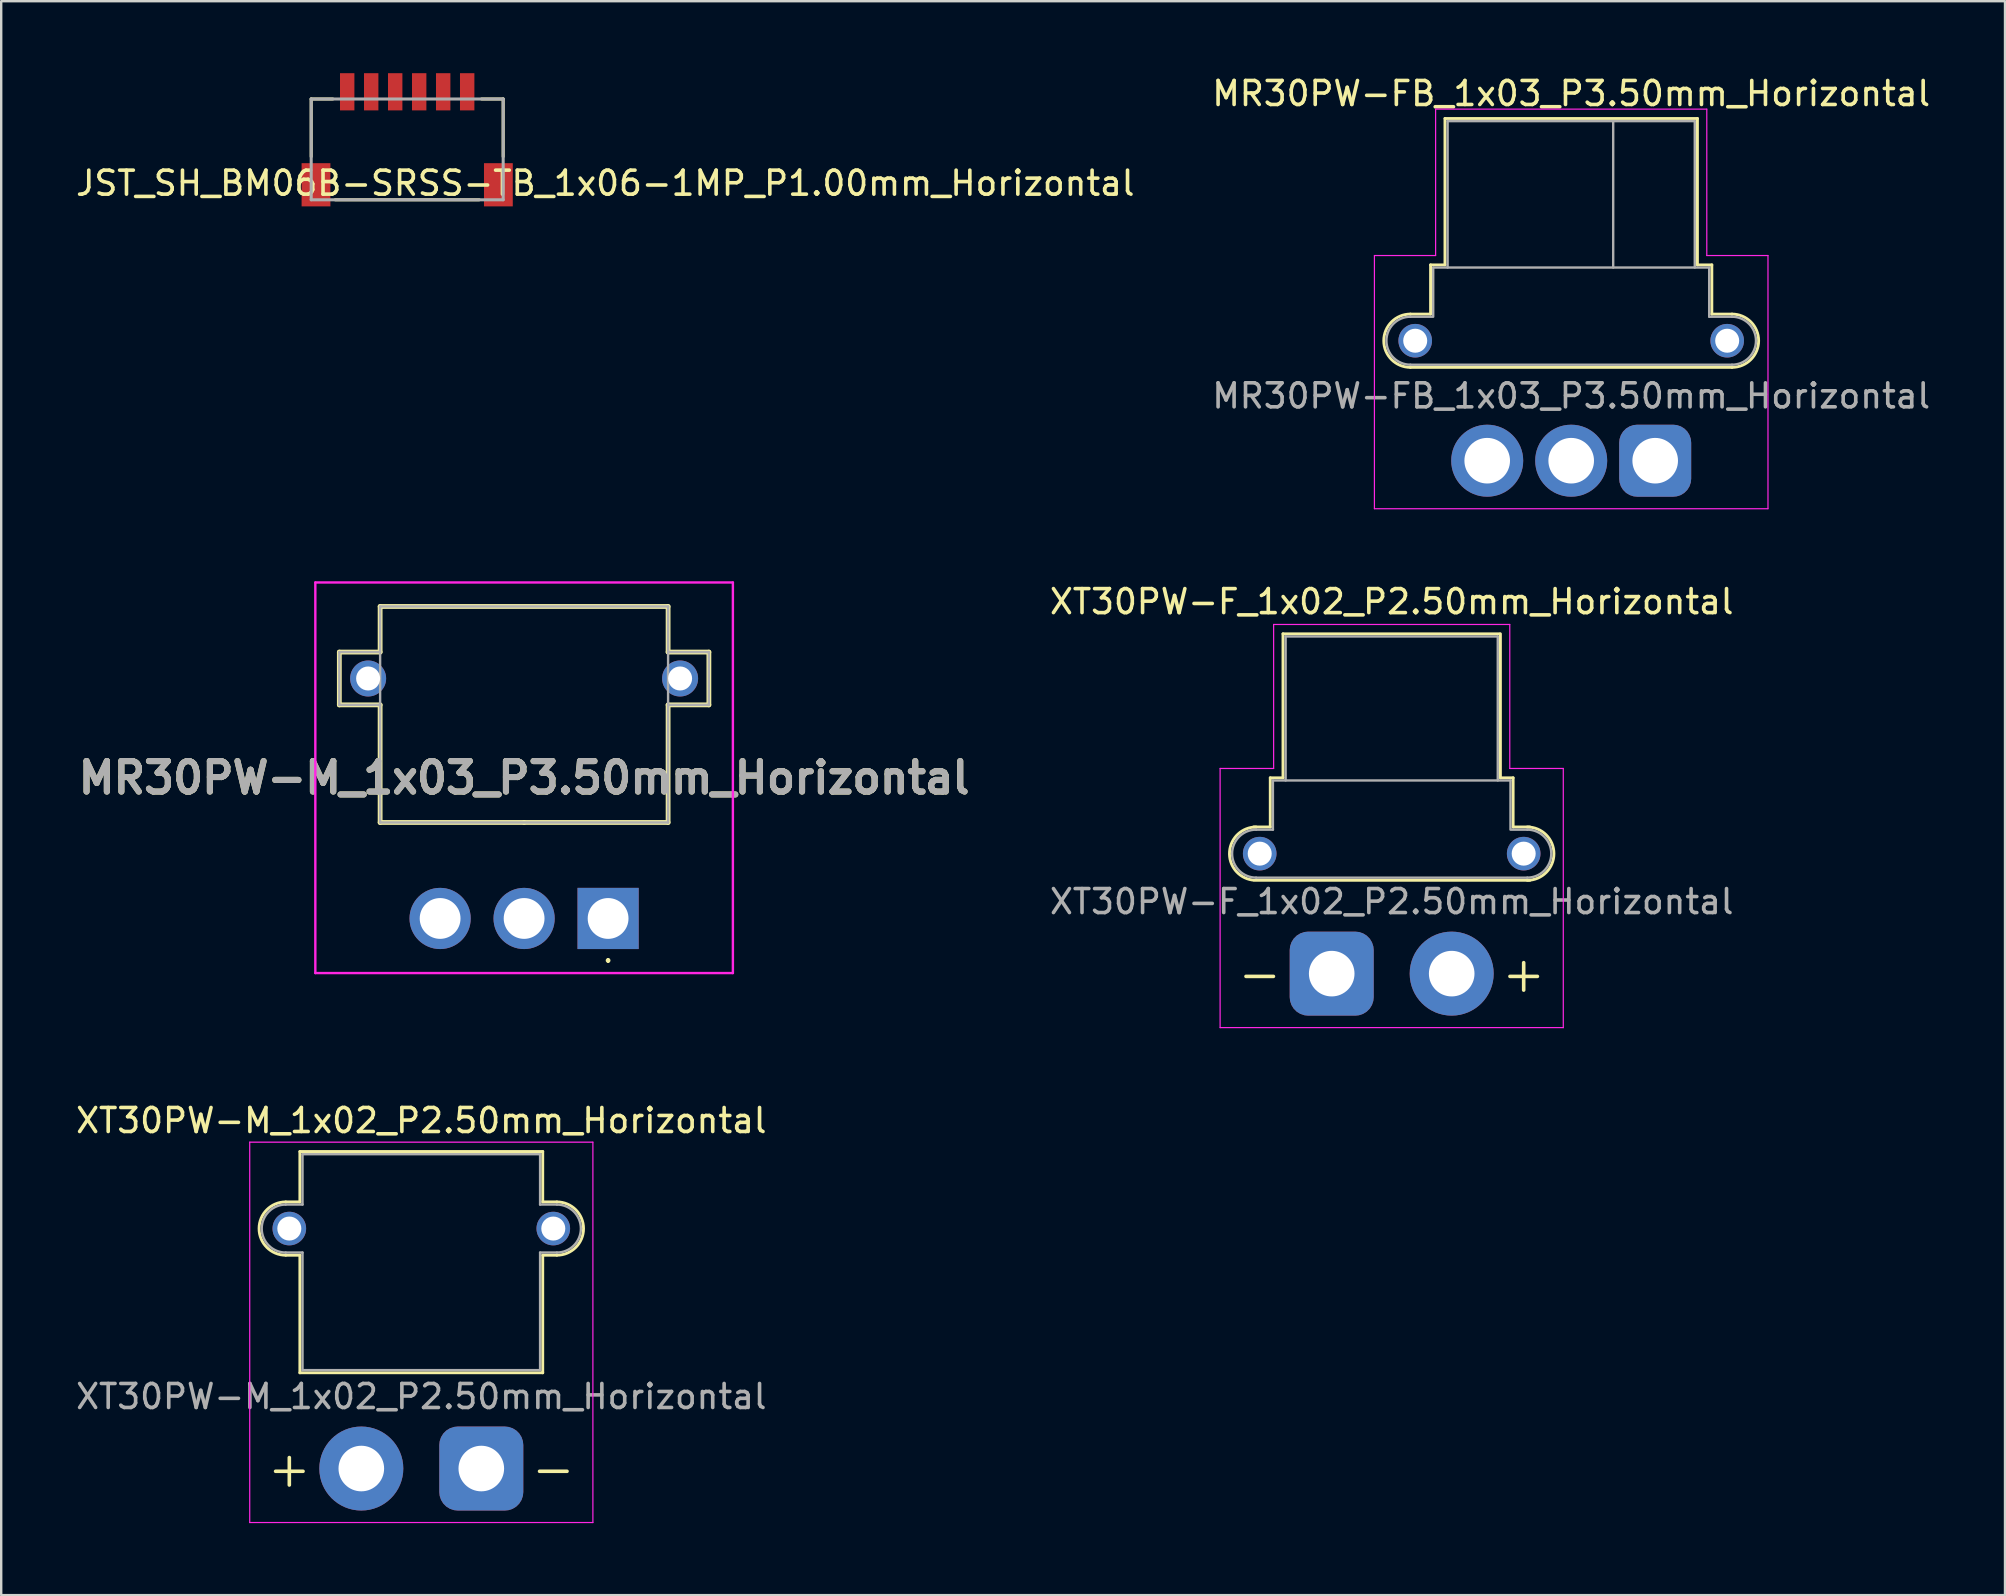
<source format=kicad_pcb>
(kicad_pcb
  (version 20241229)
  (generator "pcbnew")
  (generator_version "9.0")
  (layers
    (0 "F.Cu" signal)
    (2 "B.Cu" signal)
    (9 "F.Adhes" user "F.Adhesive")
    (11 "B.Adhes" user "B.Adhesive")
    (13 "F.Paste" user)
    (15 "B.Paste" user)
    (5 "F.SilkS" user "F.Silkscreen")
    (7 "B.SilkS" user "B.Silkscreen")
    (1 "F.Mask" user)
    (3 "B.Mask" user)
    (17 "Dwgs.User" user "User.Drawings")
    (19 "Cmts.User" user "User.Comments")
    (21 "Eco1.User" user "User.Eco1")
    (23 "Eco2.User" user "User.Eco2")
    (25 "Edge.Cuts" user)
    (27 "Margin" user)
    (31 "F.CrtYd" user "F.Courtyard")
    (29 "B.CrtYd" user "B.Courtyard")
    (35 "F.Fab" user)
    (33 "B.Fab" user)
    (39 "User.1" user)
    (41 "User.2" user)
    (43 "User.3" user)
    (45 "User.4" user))
  (footprint "MR30PW-M_1x03_P3.50mm_Horizontal"
    (layer "F.Cu")
    (at 22.29 35.223)
    (property "Reference" "MR30PW-M_1x03_P3.50mm_Horizontal" (at -3.5 -5.863 0) (layer "F.SilkS") (effects (font (size 1.27 1.27) (thickness 0.254))))
    (attr through_hole)
    (fp_line (start -11.2 -11.1) (end -9.5 -11.1) (stroke (width 0.2) (type solid)) (layer "F.SilkS"))
    (fp_line (start -11.2 -8.9) (end -11.2 -11.1) (stroke (width 0.2) (type solid)) (layer "F.SilkS"))
    (fp_line (start -9.5 -13) (end 2.5 -13) (stroke (width 0.2) (type solid)) (layer "F.SilkS"))
    (fp_line (start -9.5 -11.1) (end -9.5 -13) (stroke (width 0.2) (type solid)) (layer "F.SilkS"))
    (fp_line (start -9.5 -8.9) (end -11.2 -8.9) (stroke (width 0.2) (type solid)) (layer "F.SilkS"))
    (fp_line (start -9.5 -4) (end -9.5 -8.9) (stroke (width 0.2) (type solid)) (layer "F.SilkS"))
    (fp_line (start -3.5 -4) (end -9.5 -4) (stroke (width 0.2) (type solid)) (layer "F.SilkS"))
    (fp_line (start 0 1.7) (end 0 1.7) (stroke (width 0.1) (type solid)) (layer "F.SilkS"))
    (fp_line (start 0 1.8) (end 0 1.8) (stroke (width 0.1) (type solid)) (layer "F.SilkS"))
    (fp_line (start 2.5 -13) (end 2.5 -11.1) (stroke (width 0.2) (type solid)) (layer "F.SilkS"))
    (fp_line (start 2.5 -11.1) (end 4.2 -11.1) (stroke (width 0.2) (type solid)) (layer "F.SilkS"))
    (fp_line (start 2.5 -8.9) (end 2.5 -4) (stroke (width 0.2) (type solid)) (layer "F.SilkS"))
    (fp_line (start 2.5 -4) (end -3.5 -4) (stroke (width 0.2) (type solid)) (layer "F.SilkS"))
    (fp_line (start 4.2 -11.1) (end 4.2 -8.9) (stroke (width 0.2) (type solid)) (layer "F.SilkS"))
    (fp_line (start 4.2 -8.9) (end 2.5 -8.9) (stroke (width 0.2) (type solid)) (layer "F.SilkS"))
    (fp_arc (start 0 1.7) (mid 0.05 1.75) (end 0 1.8) (stroke (width 0.1) (type solid)) (layer "F.SilkS"))
    (fp_arc (start 0 1.8) (mid -0.05 1.75) (end 0 1.7) (stroke (width 0.1) (type solid)) (layer "F.SilkS"))
    (fp_line (start -12.2 -14) (end -12.2 2.275) (stroke (width 0.1) (type solid)) (layer "F.CrtYd"))
    (fp_line (start -12.2 2.275) (end 5.2 2.275) (stroke (width 0.1) (type solid)) (layer "F.CrtYd"))
    (fp_line (start 5.2 -14) (end -12.2 -14) (stroke (width 0.1) (type solid)) (layer "F.CrtYd"))
    (fp_line (start 5.2 2.275) (end 5.2 -14) (stroke (width 0.1) (type solid)) (layer "F.CrtYd"))
    (fp_line (start -11.2 -11.1) (end -11.2 -8.9) (stroke (width 0.1) (type solid)) (layer "F.Fab"))
    (fp_line (start -11.2 -8.9) (end -9.5 -8.9) (stroke (width 0.1) (type solid)) (layer "F.Fab"))
    (fp_line (start -9.5 -13) (end -9.5 -4) (stroke (width 0.1) (type solid)) (layer "F.Fab"))
    (fp_line (start -9.5 -11.1) (end -11.2 -11.1) (stroke (width 0.1) (type solid)) (layer "F.Fab"))
    (fp_line (start -9.5 -4) (end 2.5 -4) (stroke (width 0.1) (type solid)) (layer "F.Fab"))
    (fp_line (start 2.5 -13) (end -9.5 -13) (stroke (width 0.1) (type solid)) (layer "F.Fab"))
    (fp_line (start 2.5 -11.1) (end 4.2 -11.1) (stroke (width 0.1) (type solid)) (layer "F.Fab"))
    (fp_line (start 2.5 -4) (end 2.5 -13) (stroke (width 0.1) (type solid)) (layer "F.Fab"))
    (fp_line (start 4.2 -11.1) (end 4.2 -8.9) (stroke (width 0.1) (type solid)) (layer "F.Fab"))
    (fp_line (start 4.2 -8.9) (end 2.5 -8.9) (stroke (width 0.1) (type solid)) (layer "F.Fab"))
    (fp_text user "${REFERENCE}" (at -3.5 -5.863 0) (layer "F.Fab") (effects (font (size 1.27 1.27) (thickness 0.254))))
    (pad "1" thru_hole rect (at 0 0) (size 2.55 2.55) (drill 1.7) (layers "*.Cu" "*.Mask"))
    (pad "2" thru_hole circle (at -3.5 0) (size 2.55 2.55) (drill 1.7) (layers "*.Cu" "*.Mask"))
    (pad "3" thru_hole circle (at -7 0) (size 2.55 2.55) (drill 1.7) (layers "*.Cu" "*.Mask"))
    (pad "4" thru_hole circle (at -10 -10) (size 1.5 1.5) (drill 1) (layers "*.Cu" "*.Mask"))
    (pad "5" thru_hole circle (at 3 -10) (size 1.5 1.5) (drill 1) (layers "*.Cu" "*.Mask")))
  (footprint "XT30PW-F_1x02_P2.50mm_Horizontal"
    (layer "F.Cu")
    (at 52.443 37.522)
    (property "Reference" "XT30PW-F_1x02_P2.50mm_Horizontal" (at 2.5 -15.5 0) (layer "F.SilkS") (effects (font (size 1 1) (thickness 0.15))))
    (attr through_hole)
    (fp_line (start -3.26 -6.11) (end -2.56 -6.11) (stroke (width 0.12) (type solid)) (layer "F.SilkS"))
    (fp_line (start -3.26 -3.89) (end 8.26 -3.89) (stroke (width 0.12) (type solid)) (layer "F.SilkS"))
    (fp_line (start -2.56 -8.16) (end -2.56 -6.11) (stroke (width 0.12) (type solid)) (layer "F.SilkS"))
    (fp_line (start -2.56 -8.16) (end -2.03 -8.16) (stroke (width 0.12) (type solid)) (layer "F.SilkS"))
    (fp_line (start -2.03 -14.16) (end -2.03 -8.16) (stroke (width 0.12) (type solid)) (layer "F.SilkS"))
    (fp_line (start -2.03 -14.16) (end 7 -14.16) (stroke (width 0.12) (type solid)) (layer "F.SilkS"))
    (fp_line (start 7.03 -14.16) (end 7.03 -8.16) (stroke (width 0.12) (type solid)) (layer "F.SilkS"))
    (fp_line (start 7.03 -8.16) (end 7.56 -8.16) (stroke (width 0.12) (type solid)) (layer "F.SilkS"))
    (fp_line (start 7.56 -8.16) (end 7.56 -6.11) (stroke (width 0.12) (type solid)) (layer "F.SilkS"))
    (fp_line (start 7.56 -6.11) (end 8.26 -6.11) (stroke (width 0.12) (type solid)) (layer "F.SilkS"))
    (fp_arc (start -3.321729 -3.903365) (mid -4.256653 -5.086124) (end -3.15 -6.11) (stroke (width 0.12) (type solid)) (layer "F.SilkS"))
    (fp_arc (start 8.15 -6.11) (mid 9.26 -5) (end 8.15 -3.89) (stroke (width 0.12) (type solid)) (layer "F.SilkS"))
    (fp_line (start -4.65 -8.55) (end -4.65 2.25) (stroke (width 0.05) (type solid)) (layer "F.CrtYd"))
    (fp_line (start -4.65 -8.55) (end -2.42 -8.55) (stroke (width 0.05) (type solid)) (layer "F.CrtYd"))
    (fp_line (start -4.65 2.25) (end 9.65 2.25) (stroke (width 0.05) (type solid)) (layer "F.CrtYd"))
    (fp_line (start -2.42 -14.55) (end -2.42 -8.55) (stroke (width 0.05) (type solid)) (layer "F.CrtYd"))
    (fp_line (start -2.42 -14.55) (end 7.42 -14.55) (stroke (width 0.05) (type solid)) (layer "F.CrtYd"))
    (fp_line (start 7.42 -14.55) (end 7.42 -8.55) (stroke (width 0.05) (type solid)) (layer "F.CrtYd"))
    (fp_line (start 7.42 -8.55) (end 9.65 -8.55) (stroke (width 0.05) (type solid)) (layer "F.CrtYd"))
    (fp_line (start 9.65 -8.55) (end 9.65 2.25) (stroke (width 0.05) (type solid)) (layer "F.CrtYd"))
    (fp_line (start -3.15 -6) (end -2.45 -6) (stroke (width 0.1) (type solid)) (layer "F.Fab"))
    (fp_line (start -3.15 -4) (end 8.15 -4) (stroke (width 0.1) (type solid)) (layer "F.Fab"))
    (fp_line (start -2.45 -8.05) (end -2.45 -6) (stroke (width 0.1) (type solid)) (layer "F.Fab"))
    (fp_line (start -2.45 -8.05) (end 7.45 -8.05) (stroke (width 0.1) (type solid)) (layer "F.Fab"))
    (fp_line (start -1.92 -14.05) (end -1.92 -8.05) (stroke (width 0.1) (type solid)) (layer "F.Fab"))
    (fp_line (start -1.92 -14.05) (end 6.92 -14.05) (stroke (width 0.1) (type solid)) (layer "F.Fab"))
    (fp_line (start 6.92 -14.05) (end 6.92 -8.05) (stroke (width 0.1) (type solid)) (layer "F.Fab"))
    (fp_line (start 7.45 -8.05) (end 7.45 -6.05) (stroke (width 0.1) (type solid)) (layer "F.Fab"))
    (fp_line (start 7.45 -6) (end 8.15 -6) (stroke (width 0.1) (type solid)) (layer "F.Fab"))
    (fp_arc (start -3.15 -4) (mid -4.15 -5) (end -3.15 -6) (stroke (width 0.1) (type solid)) (layer "F.Fab"))
    (fp_arc (start 8.15 -6) (mid 9.15 -5) (end 8.15 -4) (stroke (width 0.1) (type solid)) (layer "F.Fab"))
    (fp_text user "-" (at -3 0 0) (layer "F.SilkS") (effects (font (size 1.5 1.5) (thickness 0.15))))
    (fp_text user "+" (at 8 0 0) (layer "F.SilkS") (effects (font (size 1.5 1.5) (thickness 0.15))))
    (fp_text user "${REFERENCE}" (at 2.5 -3 0) (layer "F.Fab") (effects (font (size 1 1) (thickness 0.15))))
    (pad "" thru_hole circle (at -3 -5 90) (size 1.4 1.4) (drill 1) (layers "*.Cu" "*.Mask"))
    (pad "" thru_hole circle (at 8 -5) (size 1.4 1.4) (drill 1) (layers "*.Cu" "*.Mask"))
    (pad "1" thru_hole roundrect (at 0 0) (size 3.5 3.5) (drill 1.9) (layers "*.Cu" "*.Mask") (roundrect_rratio 0.22))
    (pad "2" thru_hole circle (at 5 0) (size 3.5 3.5) (drill 1.9) (layers "*.Cu" "*.Mask")))
  (footprint "XT30PW-M_1x02_P2.50mm_Horizontal"
    (layer "F.Cu")
    (at 17.006 58.145)
    (property "Reference" "XT30PW-M_1x02_P2.50mm_Horizontal" (at -2.5 -14.5 0) (layer "F.SilkS") (effects (font (size 1 1) (thickness 0.15))))
    (attr through_hole)
    (fp_line (start -8.15 -11.11) (end -7.56 -11.11) (stroke (width 0.12) (type solid)) (layer "F.SilkS"))
    (fp_line (start -8.15 -8.89) (end -7.56 -8.89) (stroke (width 0.12) (type solid)) (layer "F.SilkS"))
    (fp_line (start -7.56 -13.21) (end -7.56 -11.11) (stroke (width 0.12) (type solid)) (layer "F.SilkS"))
    (fp_line (start -7.56 -13.21) (end 2.56 -13.21) (stroke (width 0.12) (type solid)) (layer "F.SilkS"))
    (fp_line (start -7.56 -8.89) (end -7.56 -3.99) (stroke (width 0.12) (type solid)) (layer "F.SilkS"))
    (fp_line (start -7.56 -3.99) (end 2.56 -3.99) (stroke (width 0.12) (type solid)) (layer "F.SilkS"))
    (fp_line (start 2.56 -13.21) (end 2.56 -11.11) (stroke (width 0.12) (type solid)) (layer "F.SilkS"))
    (fp_line (start 2.56 -11.11) (end 3.15 -11.11) (stroke (width 0.12) (type solid)) (layer "F.SilkS"))
    (fp_line (start 2.56 -8.89) (end 2.56 -3.99) (stroke (width 0.12) (type solid)) (layer "F.SilkS"))
    (fp_line (start 2.56 -8.89) (end 3.15 -8.89) (stroke (width 0.12) (type solid)) (layer "F.SilkS"))
    (fp_arc (start -8.15 -8.89) (mid -9.26 -10) (end -8.15 -11.11) (stroke (width 0.12) (type solid)) (layer "F.SilkS"))
    (fp_arc (start 3.15 -11.11) (mid 4.26 -10) (end 3.15 -8.89) (stroke (width 0.12) (type solid)) (layer "F.SilkS"))
    (fp_line (start -9.65 -13.6) (end -9.65 2.25) (stroke (width 0.05) (type solid)) (layer "F.CrtYd"))
    (fp_line (start -9.65 -13.6) (end 4.65 -13.6) (stroke (width 0.05) (type solid)) (layer "F.CrtYd"))
    (fp_line (start -9.65 2.25) (end 4.65 2.25) (stroke (width 0.05) (type solid)) (layer "F.CrtYd"))
    (fp_line (start 4.65 -13.6) (end 4.65 2.25) (stroke (width 0.05) (type solid)) (layer "F.CrtYd"))
    (fp_line (start -8.15 -11) (end -7.45 -11) (stroke (width 0.1) (type solid)) (layer "F.Fab"))
    (fp_line (start -8.15 -9) (end -7.45 -9) (stroke (width 0.1) (type solid)) (layer "F.Fab"))
    (fp_line (start -7.45 -13.1) (end -7.45 -11) (stroke (width 0.1) (type solid)) (layer "F.Fab"))
    (fp_line (start -7.45 -13.1) (end 2.45 -13.1) (stroke (width 0.1) (type solid)) (layer "F.Fab"))
    (fp_line (start -7.45 -9) (end -7.45 -4.1) (stroke (width 0.1) (type solid)) (layer "F.Fab"))
    (fp_line (start -7.45 -4.1) (end 2.45 -4.1) (stroke (width 0.1) (type solid)) (layer "F.Fab"))
    (fp_line (start 2.45 -13.1) (end 2.45 -11) (stroke (width 0.1) (type solid)) (layer "F.Fab"))
    (fp_line (start 2.45 -11) (end 3.15 -11) (stroke (width 0.1) (type solid)) (layer "F.Fab"))
    (fp_line (start 2.45 -9) (end 2.45 -4.1) (stroke (width 0.1) (type solid)) (layer "F.Fab"))
    (fp_line (start 2.45 -9) (end 3.15 -9) (stroke (width 0.1) (type solid)) (layer "F.Fab"))
    (fp_arc (start -8.15 -9) (mid -9.15 -10) (end -8.15 -11) (stroke (width 0.1) (type solid)) (layer "F.Fab"))
    (fp_arc (start 3.15 -11) (mid 4.15 -10) (end 3.15 -9) (stroke (width 0.1) (type solid)) (layer "F.Fab"))
    (fp_text user "+" (at -8 0 0) (layer "F.SilkS") (effects (font (size 1.5 1.5) (thickness 0.15))))
    (fp_text user "-" (at 3 0 0) (layer "F.SilkS") (effects (font (size 1.5 1.5) (thickness 0.15))))
    (fp_text user "${REFERENCE}" (at -2.5 -3 0) (layer "F.Fab") (effects (font (size 1 1) (thickness 0.15))))
    (pad "" thru_hole circle (at -8 -10) (size 1.4 1.4) (drill 1) (layers "*.Cu" "*.Mask"))
    (pad "" thru_hole circle (at 3 -10) (size 1.4 1.4) (drill 1) (layers "*.Cu" "*.Mask"))
    (pad "1" thru_hole roundrect (at 0 0) (size 3.5 3.5) (drill 1.9) (layers "*.Cu" "*.Mask") (roundrect_rratio 0.22))
    (pad "2" thru_hole circle (at -5 0) (size 3.5 3.5) (drill 1.9) (layers "*.Cu" "*.Mask")))
  (footprint "JST_SH_BM06B-SRSS-TB_1x06-1MP_P1.00mm_Horizontal"
    (layer "F.Cu")
    (at 13.918 0.775)
    (property "Reference" "JST_SH_BM06B-SRSS-TB_1x06-1MP_P1.00mm_Horizontal" (at 8.255 3.81 0) (layer "F.SilkS") (effects (font (size 1 1) (thickness 0.15))))
    (attr smd)
    (fp_line (start -4 0.3) (end -3.1 0.3) (stroke (width 0.127) (type solid)) (layer "F.SilkS"))
    (fp_line (start -4 2.7) (end -4 0.3) (stroke (width 0.127) (type solid)) (layer "F.SilkS"))
    (fp_line (start -3 4.5) (end 3 4.5) (stroke (width 0.127) (type solid)) (layer "F.SilkS"))
    (fp_line (start 4 0.3) (end 3.1 0.3) (stroke (width 0.127) (type solid)) (layer "F.SilkS"))
    (fp_line (start 4 2.7) (end 4 0.3) (stroke (width 0.127) (type solid)) (layer "F.SilkS"))
    (fp_line (start -4 0.3) (end -4 4.5) (stroke (width 0.127) (type solid)) (layer "F.Fab"))
    (fp_line (start -4 4.5) (end 4 4.5) (stroke (width 0.127) (type solid)) (layer "F.Fab"))
    (fp_line (start 4 0.3) (end -4 0.3) (stroke (width 0.127) (type solid)) (layer "F.Fab"))
    (fp_line (start 4 4.5) (end 4 0.3) (stroke (width 0.127) (type solid)) (layer "F.Fab"))
    (pad "1" smd rect (at -2.5 0) (size 0.6 1.55) (layers "F.Cu" "F.Mask" "F.Paste"))
    (pad "2" smd rect (at -1.5 0) (size 0.6 1.55) (layers "F.Cu" "F.Mask" "F.Paste"))
    (pad "3" smd rect (at -0.5 0) (size 0.6 1.55) (layers "F.Cu" "F.Mask" "F.Paste"))
    (pad "4" smd rect (at 0.5 0) (size 0.6 1.55) (layers "F.Cu" "F.Mask" "F.Paste"))
    (pad "5" smd rect (at 1.5 0) (size 0.6 1.55) (layers "F.Cu" "F.Mask" "F.Paste"))
    (pad "6" smd rect (at 2.5 0) (size 0.6 1.55) (layers "F.Cu" "F.Mask" "F.Paste"))
    (pad "MP" smd rect (at -3.8 3.875) (size 1.2 1.8) (layers "F.Cu" "F.Mask" "F.Paste"))
    (pad "MP" smd rect (at 3.8 3.875) (size 1.2 1.8) (layers "F.Cu" "F.Mask" "F.Paste")))
  (footprint "MR30PW-FB_1x03_P3.50mm_Horizontal"
    (layer "F.Cu")
    (at 65.923 16.148)
    (property "Reference" "MR30PW-FB_1x03_P3.50mm_Horizontal" (at -3.5 -15.3 0) (layer "F.SilkS") (effects (font (size 1 1) (thickness 0.15))))
    (attr through_hole)
    (fp_line (start -10.2 -6.11) (end -9.36 -6.11) (stroke (width 0.12) (type solid)) (layer "F.SilkS"))
    (fp_line (start -10.2 -3.89) (end 3.2 -3.89) (stroke (width 0.12) (type solid)) (layer "F.SilkS"))
    (fp_line (start -9.36 -8.16) (end -9.36 -6.11) (stroke (width 0.12) (type solid)) (layer "F.SilkS"))
    (fp_line (start -9.36 -8.16) (end -8.76 -8.16) (stroke (width 0.12) (type solid)) (layer "F.SilkS"))
    (fp_line (start -8.76 -14.26) (end -8.76 -8.16) (stroke (width 0.12) (type solid)) (layer "F.SilkS"))
    (fp_line (start -8.76 -14.26) (end 1.76 -14.26) (stroke (width 0.12) (type solid)) (layer "F.SilkS"))
    (fp_line (start 1.76 -14.26) (end 1.76 -8.16) (stroke (width 0.12) (type solid)) (layer "F.SilkS"))
    (fp_line (start 1.76 -8.16) (end 2.36 -8.16) (stroke (width 0.12) (type solid)) (layer "F.SilkS"))
    (fp_line (start 2.36 -8.16) (end 2.36 -6.11) (stroke (width 0.12) (type solid)) (layer "F.SilkS"))
    (fp_line (start 2.36 -6.11) (end 3.2 -6.11) (stroke (width 0.12) (type solid)) (layer "F.SilkS"))
    (fp_arc (start -10.2 -3.89) (mid -11.31 -5) (end -10.2 -6.11) (stroke (width 0.12) (type solid)) (layer "F.SilkS"))
    (fp_arc (start 3.2 -6.11) (mid 4.31 -5) (end 3.2 -3.89) (stroke (width 0.12) (type solid)) (layer "F.SilkS"))
    (fp_line (start -11.7 -8.55) (end -11.7 2) (stroke (width 0.05) (type solid)) (layer "F.CrtYd"))
    (fp_line (start -11.7 2) (end 4.7 2) (stroke (width 0.05) (type solid)) (layer "F.CrtYd"))
    (fp_line (start -9.15 -14.65) (end -9.15 -8.55) (stroke (width 0.05) (type solid)) (layer "F.CrtYd"))
    (fp_line (start -9.15 -14.65) (end 2.15 -14.65) (stroke (width 0.05) (type solid)) (layer "F.CrtYd"))
    (fp_line (start -9.15 -8.55) (end -11.7 -8.55) (stroke (width 0.05) (type solid)) (layer "F.CrtYd"))
    (fp_line (start 2.15 -14.65) (end 2.15 -8.55) (stroke (width 0.05) (type solid)) (layer "F.CrtYd"))
    (fp_line (start 4.7 -8.55) (end 2.15 -8.55) (stroke (width 0.05) (type solid)) (layer "F.CrtYd"))
    (fp_line (start 4.7 -8.55) (end 4.7 2) (stroke (width 0.05) (type solid)) (layer "F.CrtYd"))
    (fp_line (start -10.2 -6) (end -9.25 -6) (stroke (width 0.1) (type solid)) (layer "F.Fab"))
    (fp_line (start -10.2 -4) (end 3.2 -4) (stroke (width 0.1) (type solid)) (layer "F.Fab"))
    (fp_line (start -9.25 -8.05) (end -9.25 -6.05) (stroke (width 0.1) (type solid)) (layer "F.Fab"))
    (fp_line (start -9.25 -8.05) (end 2.25 -8.05) (stroke (width 0.1) (type solid)) (layer "F.Fab"))
    (fp_line (start -8.65 -14.15) (end -8.65 -8.05) (stroke (width 0.1) (type solid)) (layer "F.Fab"))
    (fp_line (start -8.65 -14.15) (end 1.65 -14.15) (stroke (width 0.1) (type solid)) (layer "F.Fab"))
    (fp_line (start -1.75 -14.15) (end -1.75 -8.05) (stroke (width 0.1) (type solid)) (layer "F.Fab"))
    (fp_line (start 1.65 -14.15) (end 1.65 -8.05) (stroke (width 0.1) (type solid)) (layer "F.Fab"))
    (fp_line (start 2.25 -8.05) (end 2.25 -6) (stroke (width 0.1) (type solid)) (layer "F.Fab"))
    (fp_line (start 2.255 -6) (end 3.2 -6) (stroke (width 0.1) (type solid)) (layer "F.Fab"))
    (fp_arc (start -10.2 -4) (mid -11.2 -5) (end -10.2 -6) (stroke (width 0.1) (type solid)) (layer "F.Fab"))
    (fp_arc (start 3.2 -6) (mid 4.2 -5) (end 3.2 -4) (stroke (width 0.1) (type solid)) (layer "F.Fab"))
    (fp_text user "${REFERENCE}" (at -3.5 -2.7 0) (layer "F.Fab") (effects (font (size 1 1) (thickness 0.15))))
    (pad "" thru_hole circle (at -10 -5) (size 1.4 1.4) (drill 1) (layers "*.Cu" "*.Mask"))
    (pad "" thru_hole circle (at 3 -5 90) (size 1.4 1.4) (drill 1) (layers "*.Cu" "*.Mask"))
    (pad "1" thru_hole roundrect (at 0 0) (size 3 3) (drill 1.9) (layers "*.Cu" "*.Mask") (roundrect_rratio 0.25))
    (pad "2" thru_hole circle (at -3.5 0) (size 3 3) (drill 1.9) (layers "*.Cu" "*.Mask"))
    (pad "3" thru_hole circle (at -7 0) (size 3 3) (drill 1.9) (layers "*.Cu" "*.Mask")))
  (gr_rect
    (start -3 -3)
    (end 80.5 63.42)
    (stroke (width 0.1) (type default))
    (fill no)
    (layer "Edge.Cuts")))
</source>
